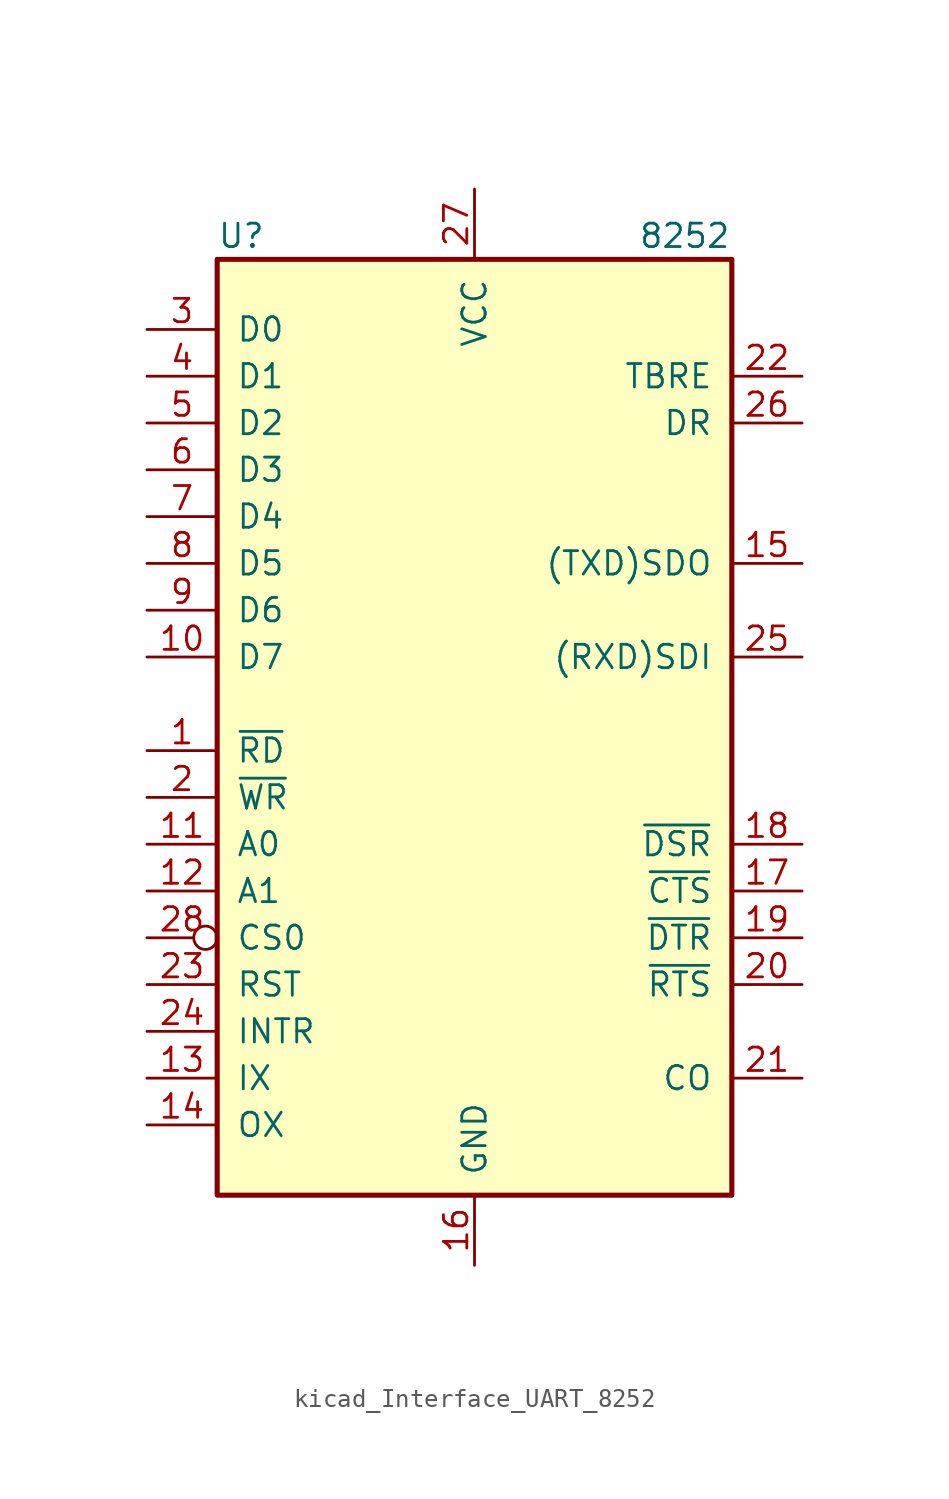
<source format=kicad_sym>
(kicad_symbol_lib
  (version 20220914)
  (generator kicad_symbol_editor)
  (symbol "kicad_Interface_UART_8252"
    (pin_names
      (offset 1.016))
    (property "Reference" "U"
      (at -13.97 25.4 0)
      (effects (font (size 1.27 1.27)) (justify left)))
    (property "Value" "8252"
      (at 8.89 25.4 0)
      (effects (font (size 1.27 1.27)) (justify left)))
    (symbol "kicad_Interface_UART_8252_0_1"
      (rectangle (start -13.97 -26.67) (end 13.97 24.13) (stroke (width 0.254) (type default)) (fill (type background)))
      (rectangle (start -13.97 -26.67) (end 13.97 24.13) (stroke (width 0.254) (type default)) (fill (type background))))
    (symbol "kicad_Interface_UART_8252_1_1"
      (pin input line (at -17.78 -2.54 0) (length 3.81) (name "~{RD}" (effects (font (size 1.27 1.27)))) (number "1" (effects (font (size 1.27 1.27)))))
      (pin bidirectional line (at -17.78 2.54 0) (length 3.81) (name "D7" (effects (font (size 1.27 1.27)))) (number "10" (effects (font (size 1.27 1.27)))))
      (pin input line (at -17.78 -7.62 0) (length 3.81) (name "A0" (effects (font (size 1.27 1.27)))) (number "11" (effects (font (size 1.27 1.27)))))
      (pin input line (at -17.78 -10.16 0) (length 3.81) (name "A1" (effects (font (size 1.27 1.27)))) (number "12" (effects (font (size 1.27 1.27)))))
      (pin input line (at -17.78 -20.32 0) (length 3.81) (name "IX" (effects (font (size 1.27 1.27)))) (number "13" (effects (font (size 1.27 1.27)))))
      (pin output line (at -17.78 -22.86 0) (length 3.81) (name "OX" (effects (font (size 1.27 1.27)))) (number "14" (effects (font (size 1.27 1.27)))))
      (pin output line (at 17.78 7.62 180) (length 3.81) (name "(TXD)SDO" (effects (font (size 1.27 1.27)))) (number "15" (effects (font (size 1.27 1.27)))))
      (pin power_in line (at 0 -30.48 90) (length 3.81) (name "GND" (effects (font (size 1.27 1.27)))) (number "16" (effects (font (size 1.27 1.27)))))
      (pin input line (at 17.78 -10.16 180) (length 3.81) (name "~{CTS}" (effects (font (size 1.27 1.27)))) (number "17" (effects (font (size 1.27 1.27)))))
      (pin input line (at 17.78 -7.62 180) (length 3.81) (name "~{DSR}" (effects (font (size 1.27 1.27)))) (number "18" (effects (font (size 1.27 1.27)))))
      (pin output line (at 17.78 -12.7 180) (length 3.81) (name "~{DTR}" (effects (font (size 1.27 1.27)))) (number "19" (effects (font (size 1.27 1.27)))))
      (pin input line (at -17.78 -5.08 0) (length 3.81) (name "~{WR}" (effects (font (size 1.27 1.27)))) (number "2" (effects (font (size 1.27 1.27)))))
      (pin output line (at 17.78 -15.24 180) (length 3.81) (name "~{RTS}" (effects (font (size 1.27 1.27)))) (number "20" (effects (font (size 1.27 1.27)))))
      (pin output line (at 17.78 -20.32 180) (length 3.81) (name "CO" (effects (font (size 1.27 1.27)))) (number "21" (effects (font (size 1.27 1.27)))))
      (pin output line (at 17.78 17.78 180) (length 3.81) (name "TBRE" (effects (font (size 1.27 1.27)))) (number "22" (effects (font (size 1.27 1.27)))))
      (pin input line (at -17.78 -15.24 0) (length 3.81) (name "RST" (effects (font (size 1.27 1.27)))) (number "23" (effects (font (size 1.27 1.27)))))
      (pin output line (at -17.78 -17.78 0) (length 3.81) (name "INTR" (effects (font (size 1.27 1.27)))) (number "24" (effects (font (size 1.27 1.27)))))
      (pin input line (at 17.78 2.54 180) (length 3.81) (name "(RXD)SDI" (effects (font (size 1.27 1.27)))) (number "25" (effects (font (size 1.27 1.27)))))
      (pin output line (at 17.78 15.24 180) (length 3.81) (name "DR" (effects (font (size 1.27 1.27)))) (number "26" (effects (font (size 1.27 1.27)))))
      (pin power_in line (at 0 27.94 270) (length 3.81) (name "VCC" (effects (font (size 1.27 1.27)))) (number "27" (effects (font (size 1.27 1.27)))))
      (pin input inverted (at -17.78 -12.7 0) (length 3.81) (name "CS0" (effects (font (size 1.27 1.27)))) (number "28" (effects (font (size 1.27 1.27)))))
      (pin bidirectional line (at -17.78 20.32 0) (length 3.81) (name "D0" (effects (font (size 1.27 1.27)))) (number "3" (effects (font (size 1.27 1.27)))))
      (pin bidirectional line (at -17.78 17.78 0) (length 3.81) (name "D1" (effects (font (size 1.27 1.27)))) (number "4" (effects (font (size 1.27 1.27)))))
      (pin bidirectional line (at -17.78 15.24 0) (length 3.81) (name "D2" (effects (font (size 1.27 1.27)))) (number "5" (effects (font (size 1.27 1.27)))))
      (pin bidirectional line (at -17.78 12.7 0) (length 3.81) (name "D3" (effects (font (size 1.27 1.27)))) (number "6" (effects (font (size 1.27 1.27)))))
      (pin bidirectional line (at -17.78 10.16 0) (length 3.81) (name "D4" (effects (font (size 1.27 1.27)))) (number "7" (effects (font (size 1.27 1.27)))))
      (pin bidirectional line (at -17.78 7.62 0) (length 3.81) (name "D5" (effects (font (size 1.27 1.27)))) (number "8" (effects (font (size 1.27 1.27)))))
      (pin bidirectional line (at -17.78 5.08 0) (length 3.81) (name "D6" (effects (font (size 1.27 1.27)))) (number "9" (effects (font (size 1.27 1.27))))))))
</source>
